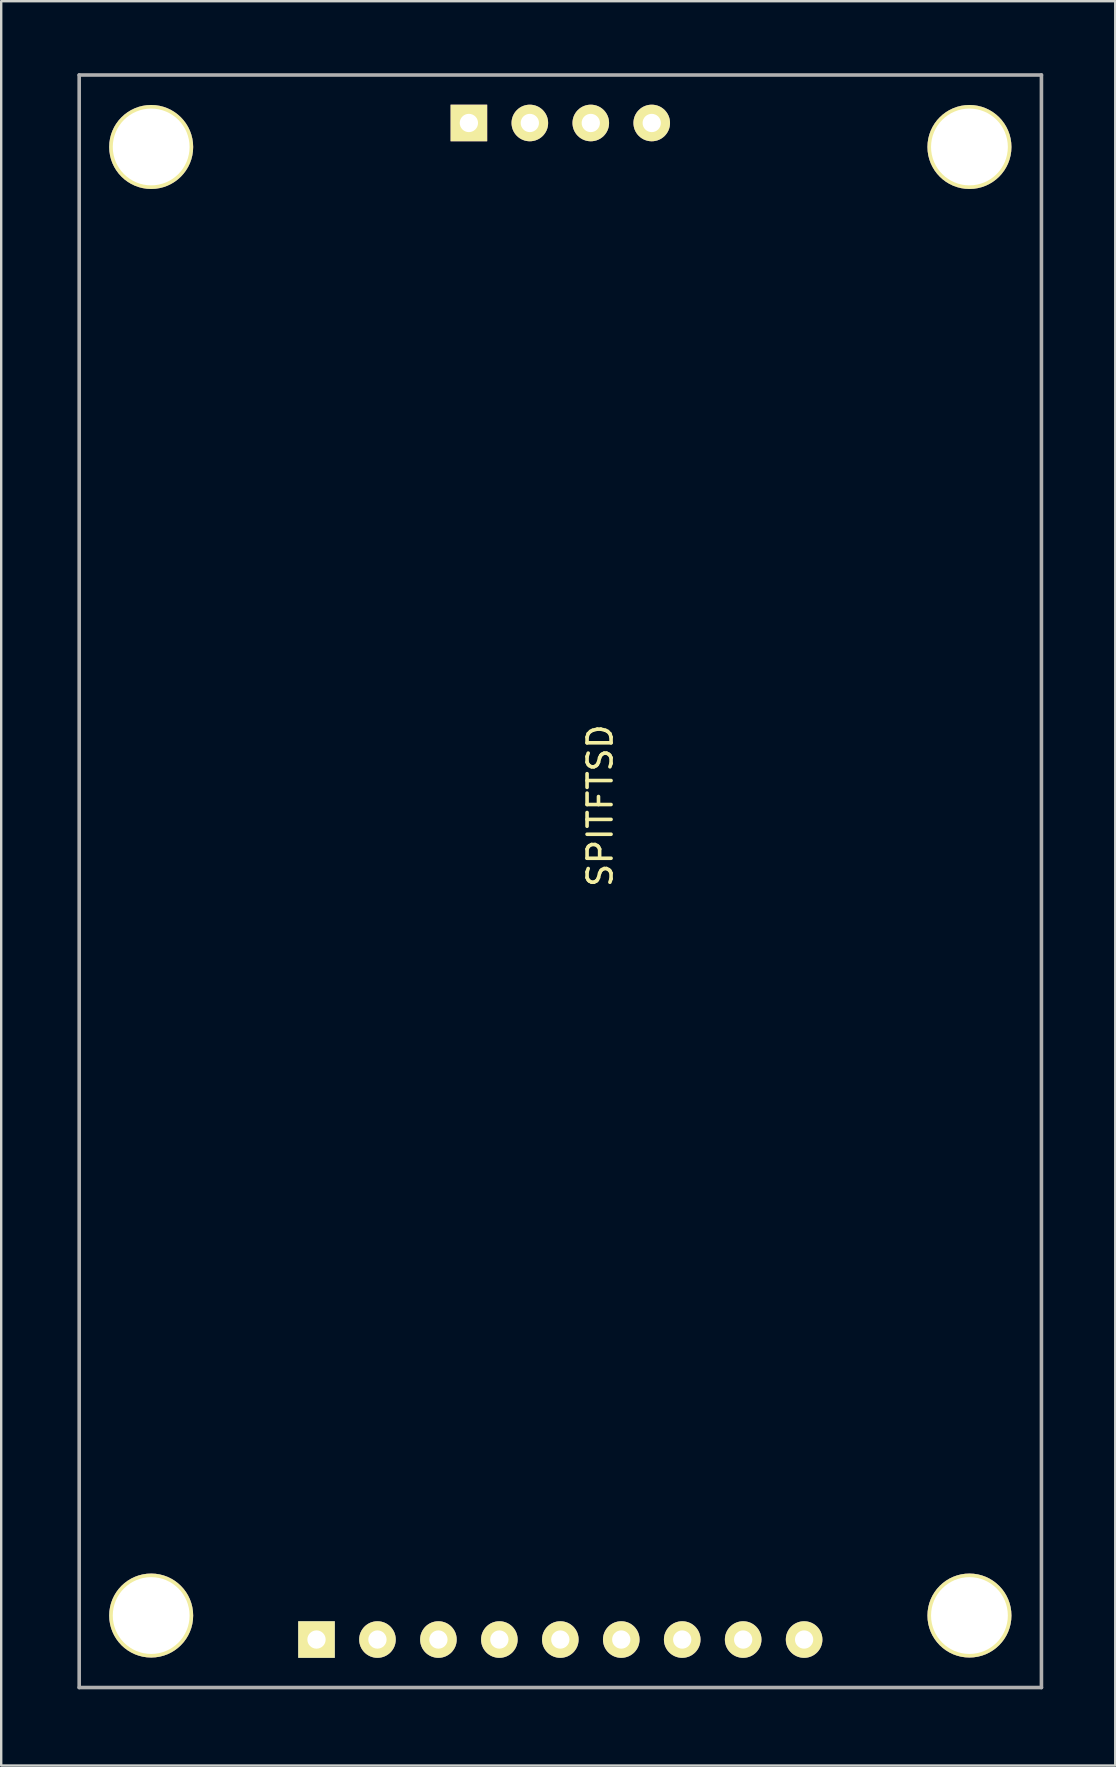
<source format=kicad_pcb>
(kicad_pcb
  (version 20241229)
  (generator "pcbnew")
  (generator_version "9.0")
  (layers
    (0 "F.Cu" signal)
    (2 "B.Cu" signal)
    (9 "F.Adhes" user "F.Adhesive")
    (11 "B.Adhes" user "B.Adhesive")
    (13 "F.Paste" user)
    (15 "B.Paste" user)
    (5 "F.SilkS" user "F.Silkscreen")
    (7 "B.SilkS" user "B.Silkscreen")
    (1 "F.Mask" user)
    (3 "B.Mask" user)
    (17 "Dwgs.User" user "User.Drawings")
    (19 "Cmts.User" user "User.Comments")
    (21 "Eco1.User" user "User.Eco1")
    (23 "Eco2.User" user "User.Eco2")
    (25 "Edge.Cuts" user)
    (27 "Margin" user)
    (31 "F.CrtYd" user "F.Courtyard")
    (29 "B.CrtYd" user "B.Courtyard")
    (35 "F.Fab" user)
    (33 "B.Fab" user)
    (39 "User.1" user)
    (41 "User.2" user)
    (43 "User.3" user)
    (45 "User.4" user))
  (footprint "SPITFTSD"
    (layer "F.Cu")
    (at 0.25 67.275)
    (property "Reference" "SPITFTSD" (at 21.71 -36.75 90) (layer "F.SilkS") (effects (font (size 1 1) (thickness 0.15))))
    (attr through_hole)
    (fp_line (start 0 -67.2) (end 40.1 -67.2) (stroke (width 0.15) (type solid)) (layer "F.Fab"))
    (fp_line (start 0 0) (end 0 -67.2) (stroke (width 0.15) (type solid)) (layer "F.Fab"))
    (fp_line (start 40.1 -67.2) (end 40.1 0) (stroke (width 0.15) (type solid)) (layer "F.Fab"))
    (fp_line (start 40.1 0) (end 0 0) (stroke (width 0.15) (type solid)) (layer "F.Fab"))
    (pad "" np_thru_hole circle (at 3 -64.2) (size 3.5 3.5) (drill 3.2) (layers "*.Cu" "*.Mask" "F.SilkS"))
    (pad "" np_thru_hole circle (at 3 -3) (size 3.5 3.5) (drill 3.2) (layers "*.Cu" "*.Mask" "F.SilkS"))
    (pad "" np_thru_hole circle (at 37.1 -64.2) (size 3.5 3.5) (drill 3.2) (layers "*.Cu" "*.Mask" "F.SilkS"))
    (pad "" np_thru_hole circle (at 37.1 -3) (size 3.5 3.5) (drill 3.2) (layers "*.Cu" "*.Mask" "F.SilkS"))
    (pad "1" thru_hole rect (at 9.89 -2) (size 1.524 1.524) (drill 0.762) (layers "*.Cu" "*.Mask" "F.SilkS"))
    (pad "2" thru_hole circle (at 12.43 -2) (size 1.524 1.524) (drill 0.762) (layers "*.Cu" "*.Mask" "F.SilkS"))
    (pad "3" thru_hole circle (at 14.97 -2) (size 1.524 1.524) (drill 0.762) (layers "*.Cu" "*.Mask" "F.SilkS"))
    (pad "4" thru_hole circle (at 17.51 -2) (size 1.524 1.524) (drill 0.762) (layers "*.Cu" "*.Mask" "F.SilkS"))
    (pad "5" thru_hole circle (at 20.05 -2) (size 1.524 1.524) (drill 0.762) (layers "*.Cu" "*.Mask" "F.SilkS"))
    (pad "6" thru_hole circle (at 22.59 -2) (size 1.524 1.524) (drill 0.762) (layers "*.Cu" "*.Mask" "F.SilkS"))
    (pad "7" thru_hole circle (at 25.13 -2) (size 1.524 1.524) (drill 0.762) (layers "*.Cu" "*.Mask" "F.SilkS"))
    (pad "8" thru_hole circle (at 27.67 -2) (size 1.524 1.524) (drill 0.762) (layers "*.Cu" "*.Mask" "F.SilkS"))
    (pad "9" thru_hole circle (at 30.21 -2) (size 1.524 1.524) (drill 0.762) (layers "*.Cu" "*.Mask" "F.SilkS"))
    (pad "10" thru_hole circle (at 23.86 -65.2) (size 1.524 1.524) (drill 0.762) (layers "*.Cu" "*.Mask" "F.SilkS"))
    (pad "11" thru_hole circle (at 21.32 -65.2) (size 1.524 1.524) (drill 0.762) (layers "*.Cu" "*.Mask" "F.SilkS"))
    (pad "12" thru_hole circle (at 18.78 -65.2) (size 1.524 1.524) (drill 0.762) (layers "*.Cu" "*.Mask" "F.SilkS"))
    (pad "13" thru_hole rect (at 16.24 -65.2) (size 1.524 1.524) (drill 0.762) (layers "*.Cu" "*.Mask" "F.SilkS")))
  (gr_rect
    (start -3 -3)
    (end 43.425 70.525)
    (stroke (width 0.1) (type default))
    (fill no)
    (layer "Edge.Cuts")))
</source>
